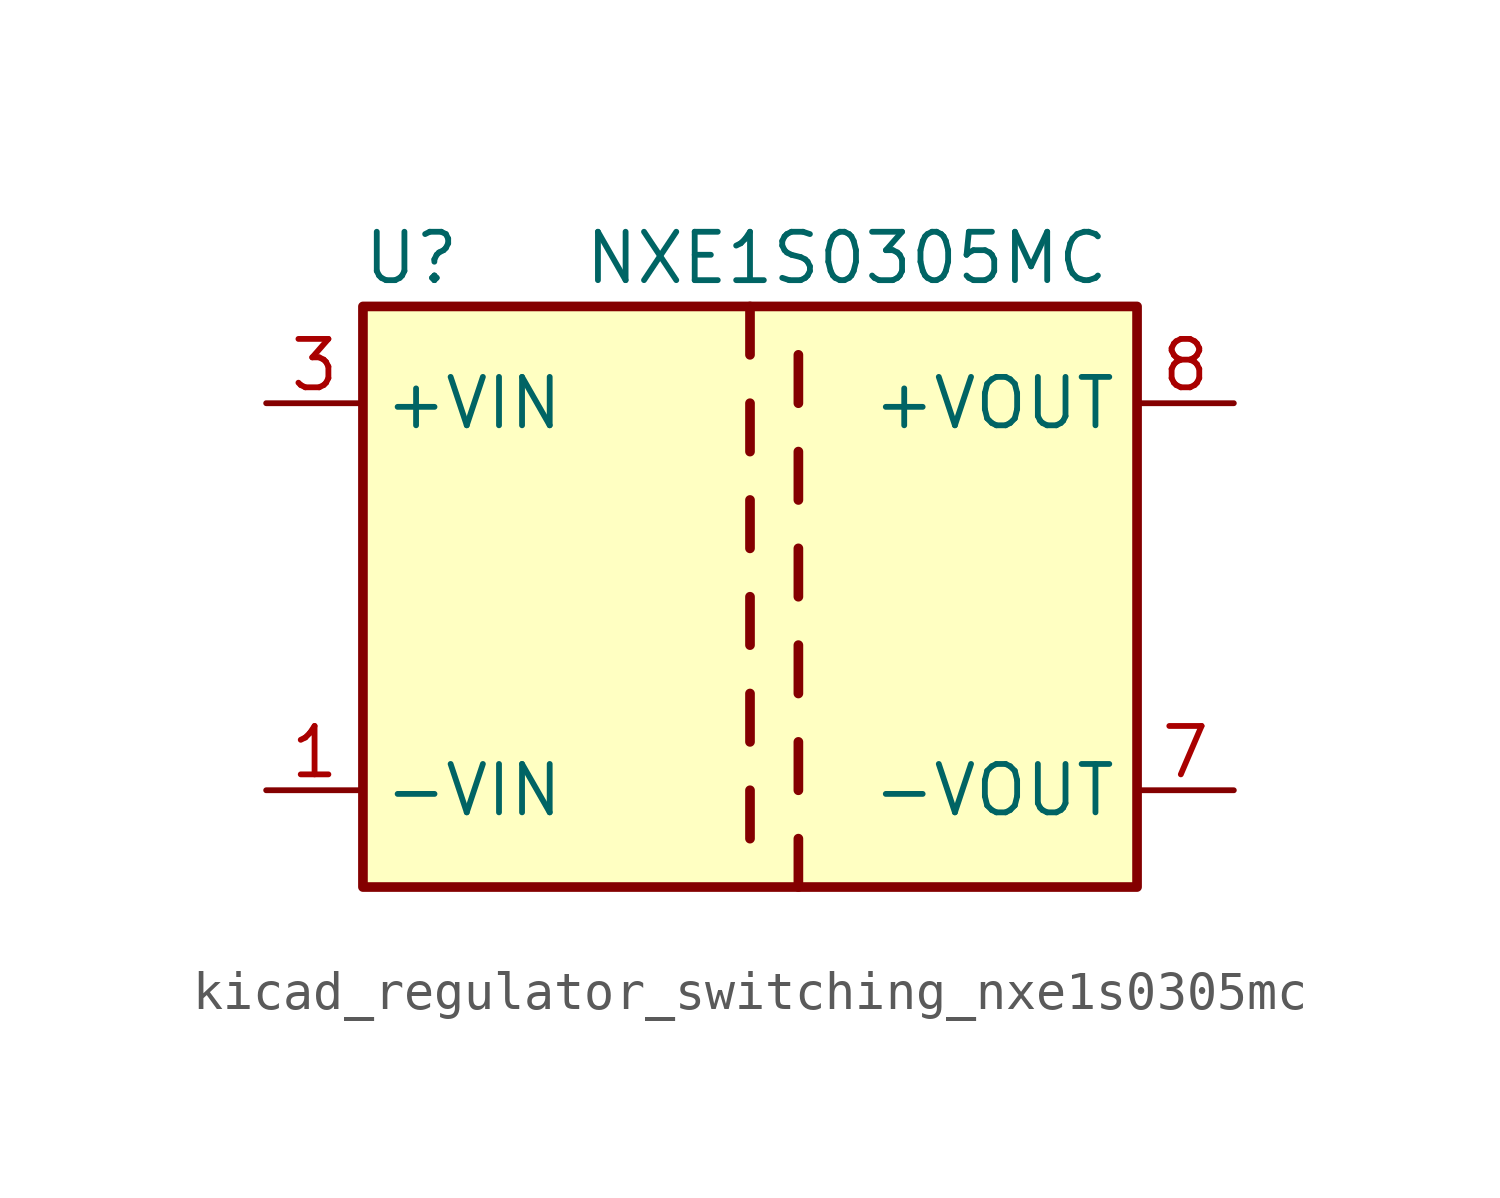
<source format=kicad_sym>
(kicad_symbol_lib
  (version 20220914)
  (generator kicad_symbol_editor)
  (symbol "kicad_regulator_switching_nxe1s0305mc"
    (property "Reference" "U"
      (at -8.89 8.89 0)
      (effects (font (size 1.27 1.27))))
    (property "Value" "NXE1S0305MC"
      (at 2.54 8.89 0)
      (effects (font (size 1.27 1.27))))
    (symbol "kicad_regulator_switching_nxe1s0305mc_0_1"
      (rectangle (start -10.16 7.62) (end 10.16 -7.62) (stroke (width 0.254) (type default)) (fill (type background)))
      (polyline (pts (xy 0 -5.08) (xy 0 -6.35)) (stroke (width 0.254) (type default)) (fill (type none)))
      (polyline (pts (xy 0 -2.54) (xy 0 -3.81)) (stroke (width 0.254) (type default)) (fill (type none)))
      (polyline (pts (xy 0 0) (xy 0 -1.27)) (stroke (width 0.254) (type default)) (fill (type none)))
      (polyline (pts (xy 0 2.54) (xy 0 1.27)) (stroke (width 0.254) (type default)) (fill (type none)))
      (polyline (pts (xy 0 5.08) (xy 0 3.81)) (stroke (width 0.254) (type default)) (fill (type none)))
      (polyline (pts (xy 0 7.62) (xy 0 6.35)) (stroke (width 0.254) (type default)) (fill (type none)))
      (polyline (pts (xy 1.27 -7.62) (xy 1.27 -6.35)) (stroke (width 0.254) (type default)) (fill (type none)))
      (polyline (pts (xy 1.27 -5.08) (xy 1.27 -3.81)) (stroke (width 0.254) (type default)) (fill (type none)))
      (polyline (pts (xy 1.27 -2.54) (xy 1.27 -1.27)) (stroke (width 0.254) (type default)) (fill (type none)))
      (polyline (pts (xy 1.27 0) (xy 1.27 1.27)) (stroke (width 0.254) (type default)) (fill (type none)))
      (polyline (pts (xy 1.27 2.54) (xy 1.27 3.81)) (stroke (width 0.254) (type default)) (fill (type none)))
      (polyline (pts (xy 1.27 5.08) (xy 1.27 6.35)) (stroke (width 0.254) (type default)) (fill (type none))))
    (symbol "kicad_regulator_switching_nxe1s0305mc_1_1"
      (pin power_in line (at -12.7 -5.08 0) (length 2.54) (name "-VIN" (effects (font (size 1.27 1.27)))) (number "1" (effects (font (size 1.27 1.27)))))
      (pin no_connect line (at -10.16 0 0) (length 2.54) hide (name "NC" (effects (font (size 1.27 1.27)))) (number "14" (effects (font (size 1.27 1.27)))))
      (pin power_in line (at -12.7 5.08 0) (length 2.54) (name "+VIN" (effects (font (size 1.27 1.27)))) (number "3" (effects (font (size 1.27 1.27)))))
      (pin power_out line (at 12.7 -5.08 180) (length 2.54) (name "-VOUT" (effects (font (size 1.27 1.27)))) (number "7" (effects (font (size 1.27 1.27)))))
      (pin power_out line (at 12.7 5.08 180) (length 2.54) (name "+VOUT" (effects (font (size 1.27 1.27)))) (number "8" (effects (font (size 1.27 1.27))))))))
</source>
